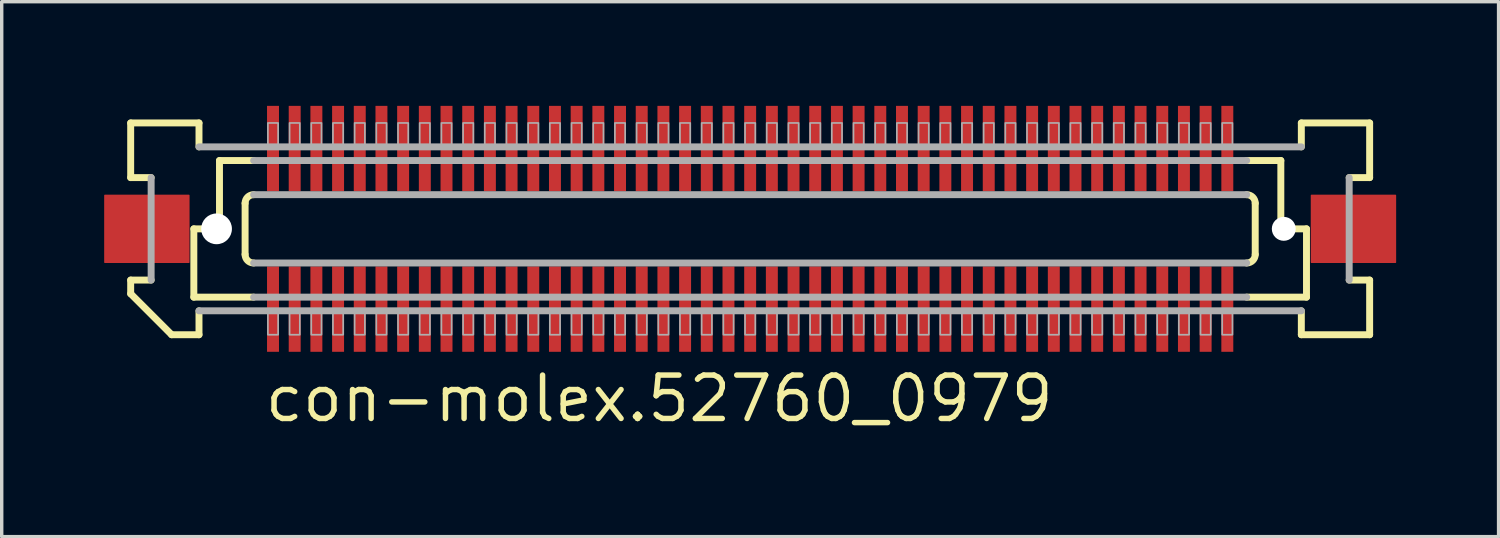
<source format=kicad_pcb>
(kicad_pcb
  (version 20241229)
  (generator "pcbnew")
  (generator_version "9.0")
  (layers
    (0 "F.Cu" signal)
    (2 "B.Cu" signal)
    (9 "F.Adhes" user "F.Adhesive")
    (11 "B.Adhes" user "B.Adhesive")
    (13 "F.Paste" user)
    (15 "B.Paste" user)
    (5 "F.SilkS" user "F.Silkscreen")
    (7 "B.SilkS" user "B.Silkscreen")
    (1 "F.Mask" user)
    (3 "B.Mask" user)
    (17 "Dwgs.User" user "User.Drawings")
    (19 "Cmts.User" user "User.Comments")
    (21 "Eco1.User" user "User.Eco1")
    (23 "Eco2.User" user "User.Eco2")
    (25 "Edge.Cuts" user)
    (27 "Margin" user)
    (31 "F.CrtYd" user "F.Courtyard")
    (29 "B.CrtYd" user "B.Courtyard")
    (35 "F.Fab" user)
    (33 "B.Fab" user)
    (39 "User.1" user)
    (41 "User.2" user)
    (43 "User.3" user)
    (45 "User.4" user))
  (footprint "con-molex.52760_0979"
    (layer "F.Cu")
    (at 18.913 3.65)
    (property "Reference" "con-molex.52760_0979" (at -14.287 5.715 0) (layer "F.SilkS") (effects (font (size 1.27 1.27) (thickness 0.16)) (justify left bottom)))
    (attr smd)
    (fp_rect (start -14.17 -1.075) (end -13.77 -3.625) (stroke (width 0.05) (type default)) (fill yes) (layer "F.Mask"))
    (fp_rect (start -14.17 3.625) (end -13.77 1.075) (stroke (width 0.05) (type default)) (fill yes) (layer "F.Mask"))
    (fp_rect (start -13.535 -1.075) (end -13.135 -3.625) (stroke (width 0.05) (type default)) (fill yes) (layer "F.Mask"))
    (fp_rect (start -13.535 3.625) (end -13.135 1.075) (stroke (width 0.05) (type default)) (fill yes) (layer "F.Mask"))
    (fp_rect (start -12.9 -1.075) (end -12.5 -3.625) (stroke (width 0.05) (type default)) (fill yes) (layer "F.Mask"))
    (fp_rect (start -12.9 3.625) (end -12.5 1.075) (stroke (width 0.05) (type default)) (fill yes) (layer "F.Mask"))
    (fp_rect (start -12.265 -1.075) (end -11.865 -3.625) (stroke (width 0.05) (type default)) (fill yes) (layer "F.Mask"))
    (fp_rect (start -12.265 3.625) (end -11.865 1.075) (stroke (width 0.05) (type default)) (fill yes) (layer "F.Mask"))
    (fp_rect (start -11.63 -1.075) (end -11.23 -3.625) (stroke (width 0.05) (type default)) (fill yes) (layer "F.Mask"))
    (fp_rect (start -11.63 3.625) (end -11.23 1.075) (stroke (width 0.05) (type default)) (fill yes) (layer "F.Mask"))
    (fp_rect (start -10.995 -1.075) (end -10.595 -3.625) (stroke (width 0.05) (type default)) (fill yes) (layer "F.Mask"))
    (fp_rect (start -10.995 3.625) (end -10.595 1.075) (stroke (width 0.05) (type default)) (fill yes) (layer "F.Mask"))
    (fp_rect (start -10.36 -1.075) (end -9.96 -3.625) (stroke (width 0.05) (type default)) (fill yes) (layer "F.Mask"))
    (fp_rect (start -10.36 3.625) (end -9.96 1.075) (stroke (width 0.05) (type default)) (fill yes) (layer "F.Mask"))
    (fp_rect (start -9.725 -1.075) (end -9.325 -3.625) (stroke (width 0.05) (type default)) (fill yes) (layer "F.Mask"))
    (fp_rect (start -9.725 3.625) (end -9.325 1.075) (stroke (width 0.05) (type default)) (fill yes) (layer "F.Mask"))
    (fp_rect (start -9.09 -1.075) (end -8.69 -3.625) (stroke (width 0.05) (type default)) (fill yes) (layer "F.Mask"))
    (fp_rect (start -9.09 3.625) (end -8.69 1.075) (stroke (width 0.05) (type default)) (fill yes) (layer "F.Mask"))
    (fp_rect (start -8.455 -1.075) (end -8.055 -3.625) (stroke (width 0.05) (type default)) (fill yes) (layer "F.Mask"))
    (fp_rect (start -8.455 3.625) (end -8.055 1.075) (stroke (width 0.05) (type default)) (fill yes) (layer "F.Mask"))
    (fp_rect (start -7.82 -1.075) (end -7.42 -3.625) (stroke (width 0.05) (type default)) (fill yes) (layer "F.Mask"))
    (fp_rect (start -7.82 3.625) (end -7.42 1.075) (stroke (width 0.05) (type default)) (fill yes) (layer "F.Mask"))
    (fp_rect (start -7.185 -1.075) (end -6.785 -3.625) (stroke (width 0.05) (type default)) (fill yes) (layer "F.Mask"))
    (fp_rect (start -7.185 3.625) (end -6.785 1.075) (stroke (width 0.05) (type default)) (fill yes) (layer "F.Mask"))
    (fp_rect (start -6.55 -1.075) (end -6.15 -3.625) (stroke (width 0.05) (type default)) (fill yes) (layer "F.Mask"))
    (fp_rect (start -6.55 3.625) (end -6.15 1.075) (stroke (width 0.05) (type default)) (fill yes) (layer "F.Mask"))
    (fp_rect (start -5.915 -1.075) (end -5.515 -3.625) (stroke (width 0.05) (type default)) (fill yes) (layer "F.Mask"))
    (fp_rect (start -5.915 3.625) (end -5.515 1.075) (stroke (width 0.05) (type default)) (fill yes) (layer "F.Mask"))
    (fp_rect (start -5.28 -1.075) (end -4.88 -3.625) (stroke (width 0.05) (type default)) (fill yes) (layer "F.Mask"))
    (fp_rect (start -5.28 3.625) (end -4.88 1.075) (stroke (width 0.05) (type default)) (fill yes) (layer "F.Mask"))
    (fp_rect (start -4.645 -1.075) (end -4.245 -3.625) (stroke (width 0.05) (type default)) (fill yes) (layer "F.Mask"))
    (fp_rect (start -4.645 3.625) (end -4.245 1.075) (stroke (width 0.05) (type default)) (fill yes) (layer "F.Mask"))
    (fp_rect (start -4.01 -1.075) (end -3.61 -3.625) (stroke (width 0.05) (type default)) (fill yes) (layer "F.Mask"))
    (fp_rect (start -4.01 3.625) (end -3.61 1.075) (stroke (width 0.05) (type default)) (fill yes) (layer "F.Mask"))
    (fp_rect (start -3.375 -1.075) (end -2.975 -3.625) (stroke (width 0.05) (type default)) (fill yes) (layer "F.Mask"))
    (fp_rect (start -3.375 3.625) (end -2.975 1.075) (stroke (width 0.05) (type default)) (fill yes) (layer "F.Mask"))
    (fp_rect (start -2.74 -1.075) (end -2.34 -3.625) (stroke (width 0.05) (type default)) (fill yes) (layer "F.Mask"))
    (fp_rect (start -2.74 3.625) (end -2.34 1.075) (stroke (width 0.05) (type default)) (fill yes) (layer "F.Mask"))
    (fp_rect (start -2.105 -1.075) (end -1.705 -3.625) (stroke (width 0.05) (type default)) (fill yes) (layer "F.Mask"))
    (fp_rect (start -2.105 3.625) (end -1.705 1.075) (stroke (width 0.05) (type default)) (fill yes) (layer "F.Mask"))
    (fp_rect (start -1.47 -1.075) (end -1.07 -3.625) (stroke (width 0.05) (type default)) (fill yes) (layer "F.Mask"))
    (fp_rect (start -1.47 3.625) (end -1.07 1.075) (stroke (width 0.05) (type default)) (fill yes) (layer "F.Mask"))
    (fp_rect (start -0.835 -1.075) (end -0.435 -3.625) (stroke (width 0.05) (type default)) (fill yes) (layer "F.Mask"))
    (fp_rect (start -0.835 3.625) (end -0.435 1.075) (stroke (width 0.05) (type default)) (fill yes) (layer "F.Mask"))
    (fp_rect (start -0.2 -1.075) (end 0.2 -3.625) (stroke (width 0.05) (type default)) (fill yes) (layer "F.Mask"))
    (fp_rect (start -0.2 3.625) (end 0.2 1.075) (stroke (width 0.05) (type default)) (fill yes) (layer "F.Mask"))
    (fp_rect (start 0.435 -1.075) (end 0.835 -3.625) (stroke (width 0.05) (type default)) (fill yes) (layer "F.Mask"))
    (fp_rect (start 0.435 3.625) (end 0.835 1.075) (stroke (width 0.05) (type default)) (fill yes) (layer "F.Mask"))
    (fp_rect (start 1.07 -1.075) (end 1.47 -3.625) (stroke (width 0.05) (type default)) (fill yes) (layer "F.Mask"))
    (fp_rect (start 1.07 3.625) (end 1.47 1.075) (stroke (width 0.05) (type default)) (fill yes) (layer "F.Mask"))
    (fp_rect (start 1.705 -1.075) (end 2.105 -3.625) (stroke (width 0.05) (type default)) (fill yes) (layer "F.Mask"))
    (fp_rect (start 1.705 3.625) (end 2.105 1.075) (stroke (width 0.05) (type default)) (fill yes) (layer "F.Mask"))
    (fp_rect (start 2.34 -1.075) (end 2.74 -3.625) (stroke (width 0.05) (type default)) (fill yes) (layer "F.Mask"))
    (fp_rect (start 2.34 3.625) (end 2.74 1.075) (stroke (width 0.05) (type default)) (fill yes) (layer "F.Mask"))
    (fp_rect (start 2.975 -1.075) (end 3.375 -3.625) (stroke (width 0.05) (type default)) (fill yes) (layer "F.Mask"))
    (fp_rect (start 2.975 3.625) (end 3.375 1.075) (stroke (width 0.05) (type default)) (fill yes) (layer "F.Mask"))
    (fp_rect (start 3.61 -1.075) (end 4.01 -3.625) (stroke (width 0.05) (type default)) (fill yes) (layer "F.Mask"))
    (fp_rect (start 3.61 3.625) (end 4.01 1.075) (stroke (width 0.05) (type default)) (fill yes) (layer "F.Mask"))
    (fp_rect (start 4.245 -1.075) (end 4.645 -3.625) (stroke (width 0.05) (type default)) (fill yes) (layer "F.Mask"))
    (fp_rect (start 4.245 3.625) (end 4.645 1.075) (stroke (width 0.05) (type default)) (fill yes) (layer "F.Mask"))
    (fp_rect (start 4.88 -1.075) (end 5.28 -3.625) (stroke (width 0.05) (type default)) (fill yes) (layer "F.Mask"))
    (fp_rect (start 4.88 3.625) (end 5.28 1.075) (stroke (width 0.05) (type default)) (fill yes) (layer "F.Mask"))
    (fp_rect (start 5.515 -1.075) (end 5.915 -3.625) (stroke (width 0.05) (type default)) (fill yes) (layer "F.Mask"))
    (fp_rect (start 5.515 3.625) (end 5.915 1.075) (stroke (width 0.05) (type default)) (fill yes) (layer "F.Mask"))
    (fp_rect (start 6.15 -1.075) (end 6.55 -3.625) (stroke (width 0.05) (type default)) (fill yes) (layer "F.Mask"))
    (fp_rect (start 6.15 3.625) (end 6.55 1.075) (stroke (width 0.05) (type default)) (fill yes) (layer "F.Mask"))
    (fp_rect (start 6.785 -1.075) (end 7.185 -3.625) (stroke (width 0.05) (type default)) (fill yes) (layer "F.Mask"))
    (fp_rect (start 6.785 3.625) (end 7.185 1.075) (stroke (width 0.05) (type default)) (fill yes) (layer "F.Mask"))
    (fp_rect (start 7.42 -1.075) (end 7.82 -3.625) (stroke (width 0.05) (type default)) (fill yes) (layer "F.Mask"))
    (fp_rect (start 7.42 3.625) (end 7.82 1.075) (stroke (width 0.05) (type default)) (fill yes) (layer "F.Mask"))
    (fp_rect (start 8.055 -1.075) (end 8.455 -3.625) (stroke (width 0.05) (type default)) (fill yes) (layer "F.Mask"))
    (fp_rect (start 8.055 3.625) (end 8.455 1.075) (stroke (width 0.05) (type default)) (fill yes) (layer "F.Mask"))
    (fp_rect (start 8.69 -1.075) (end 9.09 -3.625) (stroke (width 0.05) (type default)) (fill yes) (layer "F.Mask"))
    (fp_rect (start 8.69 3.625) (end 9.09 1.075) (stroke (width 0.05) (type default)) (fill yes) (layer "F.Mask"))
    (fp_rect (start 9.325 -1.075) (end 9.725 -3.625) (stroke (width 0.05) (type default)) (fill yes) (layer "F.Mask"))
    (fp_rect (start 9.325 3.625) (end 9.725 1.075) (stroke (width 0.05) (type default)) (fill yes) (layer "F.Mask"))
    (fp_rect (start 9.96 -1.075) (end 10.36 -3.625) (stroke (width 0.05) (type default)) (fill yes) (layer "F.Mask"))
    (fp_rect (start 9.96 3.625) (end 10.36 1.075) (stroke (width 0.05) (type default)) (fill yes) (layer "F.Mask"))
    (fp_rect (start 10.595 -1.075) (end 10.995 -3.625) (stroke (width 0.05) (type default)) (fill yes) (layer "F.Mask"))
    (fp_rect (start 10.595 3.625) (end 10.995 1.075) (stroke (width 0.05) (type default)) (fill yes) (layer "F.Mask"))
    (fp_rect (start 11.23 -1.075) (end 11.63 -3.625) (stroke (width 0.05) (type default)) (fill yes) (layer "F.Mask"))
    (fp_rect (start 11.23 3.625) (end 11.63 1.075) (stroke (width 0.05) (type default)) (fill yes) (layer "F.Mask"))
    (fp_rect (start 11.865 -1.075) (end 12.265 -3.625) (stroke (width 0.05) (type default)) (fill yes) (layer "F.Mask"))
    (fp_rect (start 11.865 3.625) (end 12.265 1.075) (stroke (width 0.05) (type default)) (fill yes) (layer "F.Mask"))
    (fp_rect (start 12.5 -1.075) (end 12.9 -3.625) (stroke (width 0.05) (type default)) (fill yes) (layer "F.Mask"))
    (fp_rect (start 12.5 3.625) (end 12.9 1.075) (stroke (width 0.05) (type default)) (fill yes) (layer "F.Mask"))
    (fp_rect (start 13.135 -1.075) (end 13.535 -3.625) (stroke (width 0.05) (type default)) (fill yes) (layer "F.Mask"))
    (fp_rect (start 13.135 3.625) (end 13.535 1.075) (stroke (width 0.05) (type default)) (fill yes) (layer "F.Mask"))
    (fp_rect (start 13.77 -1.075) (end 14.17 -3.625) (stroke (width 0.05) (type default)) (fill yes) (layer "F.Mask"))
    (fp_rect (start 13.77 3.625) (end 14.17 1.075) (stroke (width 0.05) (type default)) (fill yes) (layer "F.Mask"))
    (fp_line (start -18.137 -3.1) (end -16.137 -3.1) (stroke (width 0.203) (type default)) (layer "F.SilkS"))
    (fp_line (start -18.137 -1.5) (end -18.137 -3.1) (stroke (width 0.203) (type default)) (layer "F.SilkS"))
    (fp_line (start -18.137 1.5) (end -17.538 1.5) (stroke (width 0.203) (type default)) (layer "F.SilkS"))
    (fp_line (start -18.137 1.9) (end -18.137 1.5) (stroke (width 0.203) (type default)) (layer "F.SilkS"))
    (fp_line (start -17.538 -1.5) (end -18.137 -1.5) (stroke (width 0.203) (type default)) (layer "F.SilkS"))
    (fp_line (start -16.938 3.1) (end -18.137 1.9) (stroke (width 0.203) (type default)) (layer "F.SilkS"))
    (fp_line (start -16.288 0) (end -16.288 2) (stroke (width 0.203) (type default)) (layer "F.SilkS"))
    (fp_line (start -16.288 2) (end -14.537 2) (stroke (width 0.203) (type default)) (layer "F.SilkS"))
    (fp_line (start -16.137 -3.1) (end -16.137 -2.4) (stroke (width 0.203) (type default)) (layer "F.SilkS"))
    (fp_line (start -16.137 2.4) (end -16.137 3.1) (stroke (width 0.203) (type default)) (layer "F.SilkS"))
    (fp_line (start -16.137 3.1) (end -16.938 3.1) (stroke (width 0.203) (type default)) (layer "F.SilkS"))
    (fp_line (start -15.537 -2) (end -15.537 0) (stroke (width 0.203) (type default)) (layer "F.SilkS"))
    (fp_line (start -15.537 0) (end -16.288 0) (stroke (width 0.203) (type default)) (layer "F.SilkS"))
    (fp_line (start -14.787 0.75) (end -14.787 -0.75) (stroke (width 0.203) (type default)) (layer "F.SilkS"))
    (fp_line (start -14.537 -2) (end -15.537 -2) (stroke (width 0.203) (type default)) (layer "F.SilkS"))
    (fp_line (start 14.537 2) (end 16.288 2) (stroke (width 0.203) (type default)) (layer "F.SilkS"))
    (fp_line (start 14.787 -0.75) (end 14.787 0.75) (stroke (width 0.203) (type default)) (layer "F.SilkS"))
    (fp_line (start 15.537 -2) (end 14.537 -2) (stroke (width 0.203) (type default)) (layer "F.SilkS"))
    (fp_line (start 15.537 -2) (end 15.537 0) (stroke (width 0.203) (type default)) (layer "F.SilkS"))
    (fp_line (start 16.137 -3.1) (end 18.137 -3.1) (stroke (width 0.203) (type default)) (layer "F.SilkS"))
    (fp_line (start 16.137 -2.4) (end 16.137 -3.1) (stroke (width 0.203) (type default)) (layer "F.SilkS"))
    (fp_line (start 16.137 3.1) (end 16.137 2.4) (stroke (width 0.203) (type default)) (layer "F.SilkS"))
    (fp_line (start 16.288 0) (end 15.537 0) (stroke (width 0.203) (type default)) (layer "F.SilkS"))
    (fp_line (start 16.288 0) (end 16.288 2) (stroke (width 0.203) (type default)) (layer "F.SilkS"))
    (fp_line (start 17.538 1.5) (end 18.137 1.5) (stroke (width 0.203) (type default)) (layer "F.SilkS"))
    (fp_line (start 18.137 -3.1) (end 18.137 -1.5) (stroke (width 0.203) (type default)) (layer "F.SilkS"))
    (fp_line (start 18.137 -1.5) (end 17.538 -1.5) (stroke (width 0.203) (type default)) (layer "F.SilkS"))
    (fp_line (start 18.137 1.5) (end 18.137 3.1) (stroke (width 0.203) (type default)) (layer "F.SilkS"))
    (fp_line (start 18.137 3.1) (end 16.137 3.1) (stroke (width 0.203) (type default)) (layer "F.SilkS"))
    (fp_arc (start -14.7875 -0.75) (mid -14.714277 -0.926777) (end -14.5375 -1) (stroke (width 0.2032) (type default)) (layer "F.SilkS"))
    (fp_arc (start -14.5375 1) (mid -14.714277 0.926777) (end -14.7875 0.75) (stroke (width 0.2032) (type default)) (layer "F.SilkS"))
    (fp_arc (start 14.5375 -1) (mid 14.714277 -0.926777) (end 14.7875 -0.75) (stroke (width 0.2032) (type default)) (layer "F.SilkS"))
    (fp_arc (start 14.7875 0.75) (mid 14.714277 0.926777) (end 14.5375 1) (stroke (width 0.2032) (type default)) (layer "F.SilkS"))
    (fp_line (start -17.538 1.5) (end -17.538 -1.5) (stroke (width 0.203) (type default)) (layer "F.Fab"))
    (fp_line (start -16.137 -2.4) (end 16.137 -2.4) (stroke (width 0.203) (type default)) (layer "F.Fab"))
    (fp_line (start -14.537 -1) (end 14.537 -1) (stroke (width 0.203) (type default)) (layer "F.Fab"))
    (fp_line (start -14.537 2) (end 14.537 2) (stroke (width 0.203) (type default)) (layer "F.Fab"))
    (fp_line (start 14.537 -2) (end -14.537 -2) (stroke (width 0.203) (type default)) (layer "F.Fab"))
    (fp_line (start 14.537 1) (end -14.537 1) (stroke (width 0.203) (type default)) (layer "F.Fab"))
    (fp_line (start 16.137 2.4) (end -16.137 2.4) (stroke (width 0.203) (type default)) (layer "F.Fab"))
    (fp_line (start 17.538 -1.5) (end 17.538 1.5) (stroke (width 0.203) (type default)) (layer "F.Fab"))
    (fp_rect (start -14.12 -2.375) (end -13.82 -3.1) (stroke (width 0.05) (type default)) (fill no) (layer "F.Fab"))
    (fp_rect (start -14.12 3.1) (end -13.82 2.375) (stroke (width 0.05) (type default)) (fill no) (layer "F.Fab"))
    (fp_rect (start -13.485 -2.375) (end -13.185 -3.1) (stroke (width 0.05) (type default)) (fill no) (layer "F.Fab"))
    (fp_rect (start -13.485 3.1) (end -13.185 2.375) (stroke (width 0.05) (type default)) (fill no) (layer "F.Fab"))
    (fp_rect (start -12.85 -2.375) (end -12.55 -3.1) (stroke (width 0.05) (type default)) (fill no) (layer "F.Fab"))
    (fp_rect (start -12.85 3.1) (end -12.55 2.375) (stroke (width 0.05) (type default)) (fill no) (layer "F.Fab"))
    (fp_rect (start -12.215 -2.375) (end -11.915 -3.1) (stroke (width 0.05) (type default)) (fill no) (layer "F.Fab"))
    (fp_rect (start -12.215 3.1) (end -11.915 2.375) (stroke (width 0.05) (type default)) (fill no) (layer "F.Fab"))
    (fp_rect (start -11.58 -2.375) (end -11.28 -3.1) (stroke (width 0.05) (type default)) (fill no) (layer "F.Fab"))
    (fp_rect (start -11.58 3.1) (end -11.28 2.375) (stroke (width 0.05) (type default)) (fill no) (layer "F.Fab"))
    (fp_rect (start -10.945 -2.375) (end -10.645 -3.1) (stroke (width 0.05) (type default)) (fill no) (layer "F.Fab"))
    (fp_rect (start -10.945 3.1) (end -10.645 2.375) (stroke (width 0.05) (type default)) (fill no) (layer "F.Fab"))
    (fp_rect (start -10.31 -2.375) (end -10.01 -3.1) (stroke (width 0.05) (type default)) (fill no) (layer "F.Fab"))
    (fp_rect (start -10.31 3.1) (end -10.01 2.375) (stroke (width 0.05) (type default)) (fill no) (layer "F.Fab"))
    (fp_rect (start -9.675 -2.375) (end -9.375 -3.1) (stroke (width 0.05) (type default)) (fill no) (layer "F.Fab"))
    (fp_rect (start -9.675 3.1) (end -9.375 2.375) (stroke (width 0.05) (type default)) (fill no) (layer "F.Fab"))
    (fp_rect (start -9.04 -2.375) (end -8.74 -3.1) (stroke (width 0.05) (type default)) (fill no) (layer "F.Fab"))
    (fp_rect (start -9.04 3.1) (end -8.74 2.375) (stroke (width 0.05) (type default)) (fill no) (layer "F.Fab"))
    (fp_rect (start -8.405 -2.375) (end -8.105 -3.1) (stroke (width 0.05) (type default)) (fill no) (layer "F.Fab"))
    (fp_rect (start -8.405 3.1) (end -8.105 2.375) (stroke (width 0.05) (type default)) (fill no) (layer "F.Fab"))
    (fp_rect (start -7.77 -2.375) (end -7.47 -3.1) (stroke (width 0.05) (type default)) (fill no) (layer "F.Fab"))
    (fp_rect (start -7.77 3.1) (end -7.47 2.375) (stroke (width 0.05) (type default)) (fill no) (layer "F.Fab"))
    (fp_rect (start -7.135 -2.375) (end -6.835 -3.1) (stroke (width 0.05) (type default)) (fill no) (layer "F.Fab"))
    (fp_rect (start -7.135 3.1) (end -6.835 2.375) (stroke (width 0.05) (type default)) (fill no) (layer "F.Fab"))
    (fp_rect (start -6.5 -2.375) (end -6.2 -3.1) (stroke (width 0.05) (type default)) (fill no) (layer "F.Fab"))
    (fp_rect (start -6.5 3.1) (end -6.2 2.375) (stroke (width 0.05) (type default)) (fill no) (layer "F.Fab"))
    (fp_rect (start -5.865 -2.375) (end -5.565 -3.1) (stroke (width 0.05) (type default)) (fill no) (layer "F.Fab"))
    (fp_rect (start -5.865 3.1) (end -5.565 2.375) (stroke (width 0.05) (type default)) (fill no) (layer "F.Fab"))
    (fp_rect (start -5.23 -2.375) (end -4.93 -3.1) (stroke (width 0.05) (type default)) (fill no) (layer "F.Fab"))
    (fp_rect (start -5.23 3.1) (end -4.93 2.375) (stroke (width 0.05) (type default)) (fill no) (layer "F.Fab"))
    (fp_rect (start -4.595 -2.375) (end -4.295 -3.1) (stroke (width 0.05) (type default)) (fill no) (layer "F.Fab"))
    (fp_rect (start -4.595 3.1) (end -4.295 2.375) (stroke (width 0.05) (type default)) (fill no) (layer "F.Fab"))
    (fp_rect (start -3.96 -2.375) (end -3.66 -3.1) (stroke (width 0.05) (type default)) (fill no) (layer "F.Fab"))
    (fp_rect (start -3.96 3.1) (end -3.66 2.375) (stroke (width 0.05) (type default)) (fill no) (layer "F.Fab"))
    (fp_rect (start -3.325 -2.375) (end -3.025 -3.1) (stroke (width 0.05) (type default)) (fill no) (layer "F.Fab"))
    (fp_rect (start -3.325 3.1) (end -3.025 2.375) (stroke (width 0.05) (type default)) (fill no) (layer "F.Fab"))
    (fp_rect (start -2.69 -2.375) (end -2.39 -3.1) (stroke (width 0.05) (type default)) (fill no) (layer "F.Fab"))
    (fp_rect (start -2.69 3.1) (end -2.39 2.375) (stroke (width 0.05) (type default)) (fill no) (layer "F.Fab"))
    (fp_rect (start -2.055 -2.375) (end -1.755 -3.1) (stroke (width 0.05) (type default)) (fill no) (layer "F.Fab"))
    (fp_rect (start -2.055 3.1) (end -1.755 2.375) (stroke (width 0.05) (type default)) (fill no) (layer "F.Fab"))
    (fp_rect (start -1.42 -2.375) (end -1.12 -3.1) (stroke (width 0.05) (type default)) (fill no) (layer "F.Fab"))
    (fp_rect (start -1.42 3.1) (end -1.12 2.375) (stroke (width 0.05) (type default)) (fill no) (layer "F.Fab"))
    (fp_rect (start -0.785 -2.375) (end -0.485 -3.1) (stroke (width 0.05) (type default)) (fill no) (layer "F.Fab"))
    (fp_rect (start -0.785 3.1) (end -0.485 2.375) (stroke (width 0.05) (type default)) (fill no) (layer "F.Fab"))
    (fp_rect (start -0.15 -2.375) (end 0.15 -3.1) (stroke (width 0.05) (type default)) (fill no) (layer "F.Fab"))
    (fp_rect (start -0.15 3.1) (end 0.15 2.375) (stroke (width 0.05) (type default)) (fill no) (layer "F.Fab"))
    (fp_rect (start 0.485 -2.375) (end 0.785 -3.1) (stroke (width 0.05) (type default)) (fill no) (layer "F.Fab"))
    (fp_rect (start 0.485 3.1) (end 0.785 2.375) (stroke (width 0.05) (type default)) (fill no) (layer "F.Fab"))
    (fp_rect (start 1.12 -2.375) (end 1.42 -3.1) (stroke (width 0.05) (type default)) (fill no) (layer "F.Fab"))
    (fp_rect (start 1.12 3.1) (end 1.42 2.375) (stroke (width 0.05) (type default)) (fill no) (layer "F.Fab"))
    (fp_rect (start 1.755 -2.375) (end 2.055 -3.1) (stroke (width 0.05) (type default)) (fill no) (layer "F.Fab"))
    (fp_rect (start 1.755 3.1) (end 2.055 2.375) (stroke (width 0.05) (type default)) (fill no) (layer "F.Fab"))
    (fp_rect (start 2.39 -2.375) (end 2.69 -3.1) (stroke (width 0.05) (type default)) (fill no) (layer "F.Fab"))
    (fp_rect (start 2.39 3.1) (end 2.69 2.375) (stroke (width 0.05) (type default)) (fill no) (layer "F.Fab"))
    (fp_rect (start 3.025 -2.375) (end 3.325 -3.1) (stroke (width 0.05) (type default)) (fill no) (layer "F.Fab"))
    (fp_rect (start 3.025 3.1) (end 3.325 2.375) (stroke (width 0.05) (type default)) (fill no) (layer "F.Fab"))
    (fp_rect (start 3.66 -2.375) (end 3.96 -3.1) (stroke (width 0.05) (type default)) (fill no) (layer "F.Fab"))
    (fp_rect (start 3.66 3.1) (end 3.96 2.375) (stroke (width 0.05) (type default)) (fill no) (layer "F.Fab"))
    (fp_rect (start 4.295 -2.375) (end 4.595 -3.1) (stroke (width 0.05) (type default)) (fill no) (layer "F.Fab"))
    (fp_rect (start 4.295 3.1) (end 4.595 2.375) (stroke (width 0.05) (type default)) (fill no) (layer "F.Fab"))
    (fp_rect (start 4.93 -2.375) (end 5.23 -3.1) (stroke (width 0.05) (type default)) (fill no) (layer "F.Fab"))
    (fp_rect (start 4.93 3.1) (end 5.23 2.375) (stroke (width 0.05) (type default)) (fill no) (layer "F.Fab"))
    (fp_rect (start 5.565 -2.375) (end 5.865 -3.1) (stroke (width 0.05) (type default)) (fill no) (layer "F.Fab"))
    (fp_rect (start 5.565 3.1) (end 5.865 2.375) (stroke (width 0.05) (type default)) (fill no) (layer "F.Fab"))
    (fp_rect (start 6.2 -2.375) (end 6.5 -3.1) (stroke (width 0.05) (type default)) (fill no) (layer "F.Fab"))
    (fp_rect (start 6.2 3.1) (end 6.5 2.375) (stroke (width 0.05) (type default)) (fill no) (layer "F.Fab"))
    (fp_rect (start 6.835 -2.375) (end 7.135 -3.1) (stroke (width 0.05) (type default)) (fill no) (layer "F.Fab"))
    (fp_rect (start 6.835 3.1) (end 7.135 2.375) (stroke (width 0.05) (type default)) (fill no) (layer "F.Fab"))
    (fp_rect (start 7.47 -2.375) (end 7.77 -3.1) (stroke (width 0.05) (type default)) (fill no) (layer "F.Fab"))
    (fp_rect (start 7.47 3.1) (end 7.77 2.375) (stroke (width 0.05) (type default)) (fill no) (layer "F.Fab"))
    (fp_rect (start 8.105 -2.375) (end 8.405 -3.1) (stroke (width 0.05) (type default)) (fill no) (layer "F.Fab"))
    (fp_rect (start 8.105 3.1) (end 8.405 2.375) (stroke (width 0.05) (type default)) (fill no) (layer "F.Fab"))
    (fp_rect (start 8.74 -2.375) (end 9.04 -3.1) (stroke (width 0.05) (type default)) (fill no) (layer "F.Fab"))
    (fp_rect (start 8.74 3.1) (end 9.04 2.375) (stroke (width 0.05) (type default)) (fill no) (layer "F.Fab"))
    (fp_rect (start 9.375 -2.375) (end 9.675 -3.1) (stroke (width 0.05) (type default)) (fill no) (layer "F.Fab"))
    (fp_rect (start 9.375 3.1) (end 9.675 2.375) (stroke (width 0.05) (type default)) (fill no) (layer "F.Fab"))
    (fp_rect (start 10.01 -2.375) (end 10.31 -3.1) (stroke (width 0.05) (type default)) (fill no) (layer "F.Fab"))
    (fp_rect (start 10.01 3.1) (end 10.31 2.375) (stroke (width 0.05) (type default)) (fill no) (layer "F.Fab"))
    (fp_rect (start 10.645 -2.375) (end 10.945 -3.1) (stroke (width 0.05) (type default)) (fill no) (layer "F.Fab"))
    (fp_rect (start 10.645 3.1) (end 10.945 2.375) (stroke (width 0.05) (type default)) (fill no) (layer "F.Fab"))
    (fp_rect (start 11.28 -2.375) (end 11.58 -3.1) (stroke (width 0.05) (type default)) (fill no) (layer "F.Fab"))
    (fp_rect (start 11.28 3.1) (end 11.58 2.375) (stroke (width 0.05) (type default)) (fill no) (layer "F.Fab"))
    (fp_rect (start 11.915 -2.375) (end 12.215 -3.1) (stroke (width 0.05) (type default)) (fill no) (layer "F.Fab"))
    (fp_rect (start 11.915 3.1) (end 12.215 2.375) (stroke (width 0.05) (type default)) (fill no) (layer "F.Fab"))
    (fp_rect (start 12.55 -2.375) (end 12.85 -3.1) (stroke (width 0.05) (type default)) (fill no) (layer "F.Fab"))
    (fp_rect (start 12.55 3.1) (end 12.85 2.375) (stroke (width 0.05) (type default)) (fill no) (layer "F.Fab"))
    (fp_rect (start 13.185 -2.375) (end 13.485 -3.1) (stroke (width 0.05) (type default)) (fill no) (layer "F.Fab"))
    (fp_rect (start 13.185 3.1) (end 13.485 2.375) (stroke (width 0.05) (type default)) (fill no) (layer "F.Fab"))
    (fp_rect (start 13.82 -2.375) (end 14.12 -3.1) (stroke (width 0.05) (type default)) (fill no) (layer "F.Fab"))
    (fp_rect (start 13.82 3.1) (end 14.12 2.375) (stroke (width 0.05) (type default)) (fill no) (layer "F.Fab"))
    (pad "" np_thru_hole circle (at -15.623 0) (size 0.9 0.9) (drill 0.9) (layers "*.Cu" "*.Mask"))
    (pad "" np_thru_hole circle (at 15.623 0) (size 0.7 0.7) (drill 0.7) (layers "*.Cu" "*.Mask"))
    (pad "1" smd roundrect (at -13.97 2.35) (size 0.35 2.5) (layers "F.Cu" "F.Mask" "F.Paste") (roundrect_rratio 0.01))
    (pad "2" smd roundrect (at -13.97 -2.35 180) (size 0.35 2.5) (layers "F.Cu" "F.Mask" "F.Paste") (roundrect_rratio 0.01))
    (pad "3" smd roundrect (at -13.335 2.35) (size 0.35 2.5) (layers "F.Cu" "F.Mask" "F.Paste") (roundrect_rratio 0.01))
    (pad "4" smd roundrect (at -13.335 -2.35 180) (size 0.35 2.5) (layers "F.Cu" "F.Mask" "F.Paste") (roundrect_rratio 0.01))
    (pad "5" smd roundrect (at -12.7 2.35) (size 0.35 2.5) (layers "F.Cu" "F.Mask" "F.Paste") (roundrect_rratio 0.01))
    (pad "6" smd roundrect (at -12.7 -2.35 180) (size 0.35 2.5) (layers "F.Cu" "F.Mask" "F.Paste") (roundrect_rratio 0.01))
    (pad "7" smd roundrect (at -12.065 2.35) (size 0.35 2.5) (layers "F.Cu" "F.Mask" "F.Paste") (roundrect_rratio 0.01))
    (pad "8" smd roundrect (at -12.065 -2.35 180) (size 0.35 2.5) (layers "F.Cu" "F.Mask" "F.Paste") (roundrect_rratio 0.01))
    (pad "9" smd roundrect (at -11.43 2.35) (size 0.35 2.5) (layers "F.Cu" "F.Mask" "F.Paste") (roundrect_rratio 0.01))
    (pad "10" smd roundrect (at -11.43 -2.35 180) (size 0.35 2.5) (layers "F.Cu" "F.Mask" "F.Paste") (roundrect_rratio 0.01))
    (pad "11" smd roundrect (at -10.795 2.35) (size 0.35 2.5) (layers "F.Cu" "F.Mask" "F.Paste") (roundrect_rratio 0.01))
    (pad "12" smd roundrect (at -10.795 -2.35 180) (size 0.35 2.5) (layers "F.Cu" "F.Mask" "F.Paste") (roundrect_rratio 0.01))
    (pad "13" smd roundrect (at -10.16 2.35) (size 0.35 2.5) (layers "F.Cu" "F.Mask" "F.Paste") (roundrect_rratio 0.01))
    (pad "14" smd roundrect (at -10.16 -2.35 180) (size 0.35 2.5) (layers "F.Cu" "F.Mask" "F.Paste") (roundrect_rratio 0.01))
    (pad "15" smd roundrect (at -9.525 2.35) (size 0.35 2.5) (layers "F.Cu" "F.Mask" "F.Paste") (roundrect_rratio 0.01))
    (pad "16" smd roundrect (at -9.525 -2.35 180) (size 0.35 2.5) (layers "F.Cu" "F.Mask" "F.Paste") (roundrect_rratio 0.01))
    (pad "17" smd roundrect (at -8.89 2.35) (size 0.35 2.5) (layers "F.Cu" "F.Mask" "F.Paste") (roundrect_rratio 0.01))
    (pad "18" smd roundrect (at -8.89 -2.35 180) (size 0.35 2.5) (layers "F.Cu" "F.Mask" "F.Paste") (roundrect_rratio 0.01))
    (pad "19" smd roundrect (at -8.255 2.35) (size 0.35 2.5) (layers "F.Cu" "F.Mask" "F.Paste") (roundrect_rratio 0.01))
    (pad "20" smd roundrect (at -8.255 -2.35 180) (size 0.35 2.5) (layers "F.Cu" "F.Mask" "F.Paste") (roundrect_rratio 0.01))
    (pad "21" smd roundrect (at -7.62 2.35) (size 0.35 2.5) (layers "F.Cu" "F.Mask" "F.Paste") (roundrect_rratio 0.01))
    (pad "22" smd roundrect (at -7.62 -2.35 180) (size 0.35 2.5) (layers "F.Cu" "F.Mask" "F.Paste") (roundrect_rratio 0.01))
    (pad "23" smd roundrect (at -6.985 2.35) (size 0.35 2.5) (layers "F.Cu" "F.Mask" "F.Paste") (roundrect_rratio 0.01))
    (pad "24" smd roundrect (at -6.985 -2.35 180) (size 0.35 2.5) (layers "F.Cu" "F.Mask" "F.Paste") (roundrect_rratio 0.01))
    (pad "25" smd roundrect (at -6.35 2.35) (size 0.35 2.5) (layers "F.Cu" "F.Mask" "F.Paste") (roundrect_rratio 0.01))
    (pad "26" smd roundrect (at -6.35 -2.35 180) (size 0.35 2.5) (layers "F.Cu" "F.Mask" "F.Paste") (roundrect_rratio 0.01))
    (pad "27" smd roundrect (at -5.715 2.35) (size 0.35 2.5) (layers "F.Cu" "F.Mask" "F.Paste") (roundrect_rratio 0.01))
    (pad "28" smd roundrect (at -5.715 -2.35 180) (size 0.35 2.5) (layers "F.Cu" "F.Mask" "F.Paste") (roundrect_rratio 0.01))
    (pad "29" smd roundrect (at -5.08 2.35) (size 0.35 2.5) (layers "F.Cu" "F.Mask" "F.Paste") (roundrect_rratio 0.01))
    (pad "30" smd roundrect (at -5.08 -2.35 180) (size 0.35 2.5) (layers "F.Cu" "F.Mask" "F.Paste") (roundrect_rratio 0.01))
    (pad "31" smd roundrect (at -4.445 2.35) (size 0.35 2.5) (layers "F.Cu" "F.Mask" "F.Paste") (roundrect_rratio 0.01))
    (pad "32" smd roundrect (at -4.445 -2.35 180) (size 0.35 2.5) (layers "F.Cu" "F.Mask" "F.Paste") (roundrect_rratio 0.01))
    (pad "33" smd roundrect (at -3.81 2.35) (size 0.35 2.5) (layers "F.Cu" "F.Mask" "F.Paste") (roundrect_rratio 0.01))
    (pad "34" smd roundrect (at -3.81 -2.35 180) (size 0.35 2.5) (layers "F.Cu" "F.Mask" "F.Paste") (roundrect_rratio 0.01))
    (pad "35" smd roundrect (at -3.175 2.35) (size 0.35 2.5) (layers "F.Cu" "F.Mask" "F.Paste") (roundrect_rratio 0.01))
    (pad "36" smd roundrect (at -3.175 -2.35 180) (size 0.35 2.5) (layers "F.Cu" "F.Mask" "F.Paste") (roundrect_rratio 0.01))
    (pad "37" smd roundrect (at -2.54 2.35) (size 0.35 2.5) (layers "F.Cu" "F.Mask" "F.Paste") (roundrect_rratio 0.01))
    (pad "38" smd roundrect (at -2.54 -2.35 180) (size 0.35 2.5) (layers "F.Cu" "F.Mask" "F.Paste") (roundrect_rratio 0.01))
    (pad "39" smd roundrect (at -1.905 2.35) (size 0.35 2.5) (layers "F.Cu" "F.Mask" "F.Paste") (roundrect_rratio 0.01))
    (pad "40" smd roundrect (at -1.905 -2.35 180) (size 0.35 2.5) (layers "F.Cu" "F.Mask" "F.Paste") (roundrect_rratio 0.01))
    (pad "41" smd roundrect (at -1.27 2.35) (size 0.35 2.5) (layers "F.Cu" "F.Mask" "F.Paste") (roundrect_rratio 0.01))
    (pad "42" smd roundrect (at -1.27 -2.35 180) (size 0.35 2.5) (layers "F.Cu" "F.Mask" "F.Paste") (roundrect_rratio 0.01))
    (pad "43" smd roundrect (at -0.635 2.35) (size 0.35 2.5) (layers "F.Cu" "F.Mask" "F.Paste") (roundrect_rratio 0.01))
    (pad "44" smd roundrect (at -0.635 -2.35 180) (size 0.35 2.5) (layers "F.Cu" "F.Mask" "F.Paste") (roundrect_rratio 0.01))
    (pad "45" smd roundrect (at 0 2.35) (size 0.35 2.5) (layers "F.Cu" "F.Mask" "F.Paste") (roundrect_rratio 0.01))
    (pad "46" smd roundrect (at 0 -2.35 180) (size 0.35 2.5) (layers "F.Cu" "F.Mask" "F.Paste") (roundrect_rratio 0.01))
    (pad "47" smd roundrect (at 0.635 2.35) (size 0.35 2.5) (layers "F.Cu" "F.Mask" "F.Paste") (roundrect_rratio 0.01))
    (pad "48" smd roundrect (at 0.635 -2.35 180) (size 0.35 2.5) (layers "F.Cu" "F.Mask" "F.Paste") (roundrect_rratio 0.01))
    (pad "49" smd roundrect (at 1.27 2.35) (size 0.35 2.5) (layers "F.Cu" "F.Mask" "F.Paste") (roundrect_rratio 0.01))
    (pad "50" smd roundrect (at 1.27 -2.35 180) (size 0.35 2.5) (layers "F.Cu" "F.Mask" "F.Paste") (roundrect_rratio 0.01))
    (pad "51" smd roundrect (at 1.905 2.35) (size 0.35 2.5) (layers "F.Cu" "F.Mask" "F.Paste") (roundrect_rratio 0.01))
    (pad "52" smd roundrect (at 1.905 -2.35 180) (size 0.35 2.5) (layers "F.Cu" "F.Mask" "F.Paste") (roundrect_rratio 0.01))
    (pad "53" smd roundrect (at 2.54 2.35) (size 0.35 2.5) (layers "F.Cu" "F.Mask" "F.Paste") (roundrect_rratio 0.01))
    (pad "54" smd roundrect (at 2.54 -2.35 180) (size 0.35 2.5) (layers "F.Cu" "F.Mask" "F.Paste") (roundrect_rratio 0.01))
    (pad "55" smd roundrect (at 3.175 2.35) (size 0.35 2.5) (layers "F.Cu" "F.Mask" "F.Paste") (roundrect_rratio 0.01))
    (pad "56" smd roundrect (at 3.175 -2.35 180) (size 0.35 2.5) (layers "F.Cu" "F.Mask" "F.Paste") (roundrect_rratio 0.01))
    (pad "57" smd roundrect (at 3.81 2.35) (size 0.35 2.5) (layers "F.Cu" "F.Mask" "F.Paste") (roundrect_rratio 0.01))
    (pad "58" smd roundrect (at 3.81 -2.35 180) (size 0.35 2.5) (layers "F.Cu" "F.Mask" "F.Paste") (roundrect_rratio 0.01))
    (pad "59" smd roundrect (at 4.445 2.35) (size 0.35 2.5) (layers "F.Cu" "F.Mask" "F.Paste") (roundrect_rratio 0.01))
    (pad "60" smd roundrect (at 4.445 -2.35 180) (size 0.35 2.5) (layers "F.Cu" "F.Mask" "F.Paste") (roundrect_rratio 0.01))
    (pad "61" smd roundrect (at 5.08 2.35) (size 0.35 2.5) (layers "F.Cu" "F.Mask" "F.Paste") (roundrect_rratio 0.01))
    (pad "62" smd roundrect (at 5.08 -2.35 180) (size 0.35 2.5) (layers "F.Cu" "F.Mask" "F.Paste") (roundrect_rratio 0.01))
    (pad "63" smd roundrect (at 5.715 2.35) (size 0.35 2.5) (layers "F.Cu" "F.Mask" "F.Paste") (roundrect_rratio 0.01))
    (pad "64" smd roundrect (at 5.715 -2.35 180) (size 0.35 2.5) (layers "F.Cu" "F.Mask" "F.Paste") (roundrect_rratio 0.01))
    (pad "65" smd roundrect (at 6.35 2.35) (size 0.35 2.5) (layers "F.Cu" "F.Mask" "F.Paste") (roundrect_rratio 0.01))
    (pad "66" smd roundrect (at 6.35 -2.35 180) (size 0.35 2.5) (layers "F.Cu" "F.Mask" "F.Paste") (roundrect_rratio 0.01))
    (pad "67" smd roundrect (at 6.985 2.35) (size 0.35 2.5) (layers "F.Cu" "F.Mask" "F.Paste") (roundrect_rratio 0.01))
    (pad "68" smd roundrect (at 6.985 -2.35 180) (size 0.35 2.5) (layers "F.Cu" "F.Mask" "F.Paste") (roundrect_rratio 0.01))
    (pad "69" smd roundrect (at 7.62 2.35) (size 0.35 2.5) (layers "F.Cu" "F.Mask" "F.Paste") (roundrect_rratio 0.01))
    (pad "70" smd roundrect (at 7.62 -2.35 180) (size 0.35 2.5) (layers "F.Cu" "F.Mask" "F.Paste") (roundrect_rratio 0.01))
    (pad "71" smd roundrect (at 8.255 2.35) (size 0.35 2.5) (layers "F.Cu" "F.Mask" "F.Paste") (roundrect_rratio 0.01))
    (pad "72" smd roundrect (at 8.255 -2.35 180) (size 0.35 2.5) (layers "F.Cu" "F.Mask" "F.Paste") (roundrect_rratio 0.01))
    (pad "73" smd roundrect (at 8.89 2.35) (size 0.35 2.5) (layers "F.Cu" "F.Mask" "F.Paste") (roundrect_rratio 0.01))
    (pad "74" smd roundrect (at 8.89 -2.35 180) (size 0.35 2.5) (layers "F.Cu" "F.Mask" "F.Paste") (roundrect_rratio 0.01))
    (pad "75" smd roundrect (at 9.525 2.35) (size 0.35 2.5) (layers "F.Cu" "F.Mask" "F.Paste") (roundrect_rratio 0.01))
    (pad "76" smd roundrect (at 9.525 -2.35 180) (size 0.35 2.5) (layers "F.Cu" "F.Mask" "F.Paste") (roundrect_rratio 0.01))
    (pad "77" smd roundrect (at 10.16 2.35) (size 0.35 2.5) (layers "F.Cu" "F.Mask" "F.Paste") (roundrect_rratio 0.01))
    (pad "78" smd roundrect (at 10.16 -2.35 180) (size 0.35 2.5) (layers "F.Cu" "F.Mask" "F.Paste") (roundrect_rratio 0.01))
    (pad "79" smd roundrect (at 10.795 2.35) (size 0.35 2.5) (layers "F.Cu" "F.Mask" "F.Paste") (roundrect_rratio 0.01))
    (pad "80" smd roundrect (at 10.795 -2.35 180) (size 0.35 2.5) (layers "F.Cu" "F.Mask" "F.Paste") (roundrect_rratio 0.01))
    (pad "81" smd roundrect (at 11.43 2.35) (size 0.35 2.5) (layers "F.Cu" "F.Mask" "F.Paste") (roundrect_rratio 0.01))
    (pad "82" smd roundrect (at 11.43 -2.35 180) (size 0.35 2.5) (layers "F.Cu" "F.Mask" "F.Paste") (roundrect_rratio 0.01))
    (pad "83" smd roundrect (at 12.065 2.35) (size 0.35 2.5) (layers "F.Cu" "F.Mask" "F.Paste") (roundrect_rratio 0.01))
    (pad "84" smd roundrect (at 12.065 -2.35 180) (size 0.35 2.5) (layers "F.Cu" "F.Mask" "F.Paste") (roundrect_rratio 0.01))
    (pad "85" smd roundrect (at 12.7 2.35) (size 0.35 2.5) (layers "F.Cu" "F.Mask" "F.Paste") (roundrect_rratio 0.01))
    (pad "86" smd roundrect (at 12.7 -2.35 180) (size 0.35 2.5) (layers "F.Cu" "F.Mask" "F.Paste") (roundrect_rratio 0.01))
    (pad "87" smd roundrect (at 13.335 2.35) (size 0.35 2.5) (layers "F.Cu" "F.Mask" "F.Paste") (roundrect_rratio 0.01))
    (pad "88" smd roundrect (at 13.335 -2.35 180) (size 0.35 2.5) (layers "F.Cu" "F.Mask" "F.Paste") (roundrect_rratio 0.01))
    (pad "89" smd roundrect (at 13.97 2.35) (size 0.35 2.5) (layers "F.Cu" "F.Mask" "F.Paste") (roundrect_rratio 0.01))
    (pad "90" smd roundrect (at 13.97 -2.35 180) (size 0.35 2.5) (layers "F.Cu" "F.Mask" "F.Paste") (roundrect_rratio 0.01))
    (pad "M1" smd roundrect (at -17.663 0) (size 2.5 2) (layers "F.Cu" "F.Mask" "F.Paste") (roundrect_rratio 0.01))
    (pad "M2" smd roundrect (at 17.663 0 180) (size 2.5 2) (layers "F.Cu" "F.Mask" "F.Paste") (roundrect_rratio 0.01)))
  (gr_rect
    (start -3 -3)
    (end 40.825 12.662)
    (stroke (width 0.1) (type default))
    (fill no)
    (layer "Edge.Cuts")))
</source>
